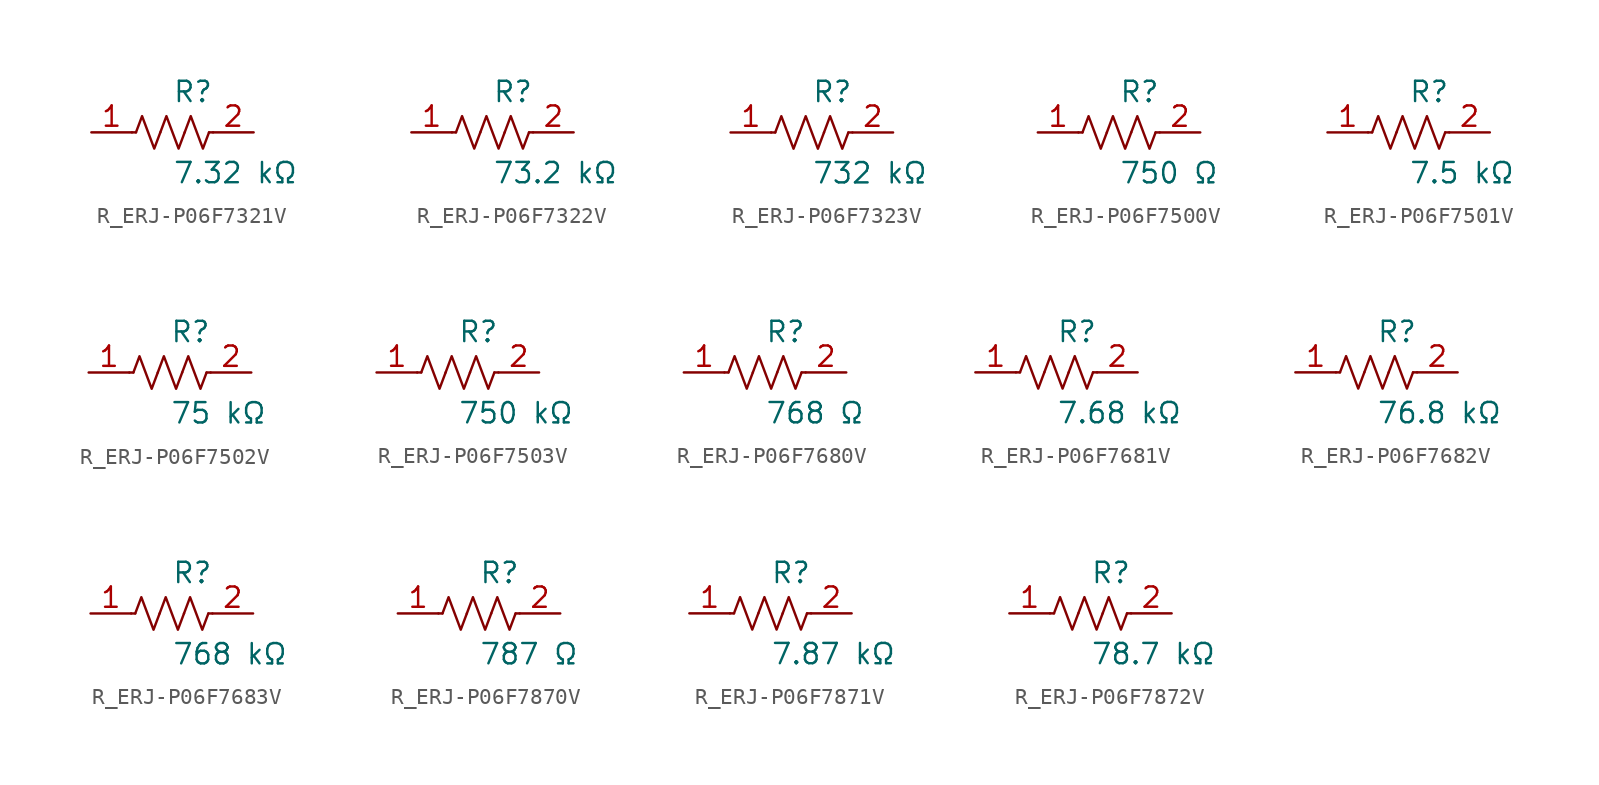
<source format=kicad_sym>
(kicad_symbol_lib
  (version 20231120)
  (generator kicad_symbol_editor)
  (generator_version 8.0)
  (symbol "R_ERJ-P06F7321V"
    (pin_names
      (offset 0.254))
    (property "Reference" "R"
      (at 0 2.54 0)
      (effects (font (size 1.27 1.27)) (justify left)))
    (property "Value" "7.32 kΩ"
      (at 0 -2.54 0)
      (effects (font (size 1.27 1.27)) (justify left)))
    (symbol "R_ERJ-P06F7321V_0_1"
      (polyline (pts (xy 2.286 0) (xy 2.54 0)) (stroke (width 0) (type default)) (fill (type none)))
      (polyline (pts (xy -2.286 0) (xy -2.54 0)) (stroke (width 0) (type default)) (fill (type none)))
      (polyline (pts (xy 0.762 0) (xy 1.143 1.016) (xy 1.524 0) (xy 1.905 -1.016) (xy 2.286 0)) (stroke (width 0) (type default)) (fill (type none)))
      (polyline (pts (xy -0.762 0) (xy -0.381 1.016) (xy 0 0) (xy 0.381 -1.016) (xy 0.762 0)) (stroke (width 0) (type default)) (fill (type none)))
      (polyline (pts (xy -2.286 0) (xy -1.905 1.016) (xy -1.524 0) (xy -1.143 -1.016) (xy -0.762 0)) (stroke (width 0) (type default)) (fill (type none))))
    (pin passive line
      (at -5.08 0 0)
      (length 2.54)
      (name "" (effects (font (size 1.27 1.27))))
      (number "1" (effects (font (size 1.27 1.27)))))
    (pin passive line
      (at 5.08 0 180)
      (length 2.54)
      (name "" (effects (font (size 1.27 1.27))))
      (number "2" (effects (font (size 1.27 1.27))))))
  (symbol "R_ERJ-P06F7322V"
    (pin_names
      (offset 0.254))
    (property "Reference" "R"
      (at 0 2.54 0)
      (effects (font (size 1.27 1.27)) (justify left)))
    (property "Value" "73.2 kΩ"
      (at 0 -2.54 0)
      (effects (font (size 1.27 1.27)) (justify left)))
    (symbol "R_ERJ-P06F7322V_0_1"
      (polyline (pts (xy 2.286 0) (xy 2.54 0)) (stroke (width 0) (type default)) (fill (type none)))
      (polyline (pts (xy -2.286 0) (xy -2.54 0)) (stroke (width 0) (type default)) (fill (type none)))
      (polyline (pts (xy 0.762 0) (xy 1.143 1.016) (xy 1.524 0) (xy 1.905 -1.016) (xy 2.286 0)) (stroke (width 0) (type default)) (fill (type none)))
      (polyline (pts (xy -0.762 0) (xy -0.381 1.016) (xy 0 0) (xy 0.381 -1.016) (xy 0.762 0)) (stroke (width 0) (type default)) (fill (type none)))
      (polyline (pts (xy -2.286 0) (xy -1.905 1.016) (xy -1.524 0) (xy -1.143 -1.016) (xy -0.762 0)) (stroke (width 0) (type default)) (fill (type none))))
    (pin passive line
      (at -5.08 0 0)
      (length 2.54)
      (name "" (effects (font (size 1.27 1.27))))
      (number "1" (effects (font (size 1.27 1.27)))))
    (pin passive line
      (at 5.08 0 180)
      (length 2.54)
      (name "" (effects (font (size 1.27 1.27))))
      (number "2" (effects (font (size 1.27 1.27))))))
  (symbol "R_ERJ-P06F7323V"
    (pin_names
      (offset 0.254))
    (property "Reference" "R"
      (at 0 2.54 0)
      (effects (font (size 1.27 1.27)) (justify left)))
    (property "Value" "732 kΩ"
      (at 0 -2.54 0)
      (effects (font (size 1.27 1.27)) (justify left)))
    (symbol "R_ERJ-P06F7323V_0_1"
      (polyline (pts (xy 2.286 0) (xy 2.54 0)) (stroke (width 0) (type default)) (fill (type none)))
      (polyline (pts (xy -2.286 0) (xy -2.54 0)) (stroke (width 0) (type default)) (fill (type none)))
      (polyline (pts (xy 0.762 0) (xy 1.143 1.016) (xy 1.524 0) (xy 1.905 -1.016) (xy 2.286 0)) (stroke (width 0) (type default)) (fill (type none)))
      (polyline (pts (xy -0.762 0) (xy -0.381 1.016) (xy 0 0) (xy 0.381 -1.016) (xy 0.762 0)) (stroke (width 0) (type default)) (fill (type none)))
      (polyline (pts (xy -2.286 0) (xy -1.905 1.016) (xy -1.524 0) (xy -1.143 -1.016) (xy -0.762 0)) (stroke (width 0) (type default)) (fill (type none))))
    (pin passive line
      (at -5.08 0 0)
      (length 2.54)
      (name "" (effects (font (size 1.27 1.27))))
      (number "1" (effects (font (size 1.27 1.27)))))
    (pin passive line
      (at 5.08 0 180)
      (length 2.54)
      (name "" (effects (font (size 1.27 1.27))))
      (number "2" (effects (font (size 1.27 1.27))))))
  (symbol "R_ERJ-P06F7500V"
    (pin_names
      (offset 0.254))
    (property "Reference" "R"
      (at 0 2.54 0)
      (effects (font (size 1.27 1.27)) (justify left)))
    (property "Value" "750 Ω"
      (at 0 -2.54 0)
      (effects (font (size 1.27 1.27)) (justify left)))
    (symbol "R_ERJ-P06F7500V_0_1"
      (polyline (pts (xy 2.286 0) (xy 2.54 0)) (stroke (width 0) (type default)) (fill (type none)))
      (polyline (pts (xy -2.286 0) (xy -2.54 0)) (stroke (width 0) (type default)) (fill (type none)))
      (polyline (pts (xy 0.762 0) (xy 1.143 1.016) (xy 1.524 0) (xy 1.905 -1.016) (xy 2.286 0)) (stroke (width 0) (type default)) (fill (type none)))
      (polyline (pts (xy -0.762 0) (xy -0.381 1.016) (xy 0 0) (xy 0.381 -1.016) (xy 0.762 0)) (stroke (width 0) (type default)) (fill (type none)))
      (polyline (pts (xy -2.286 0) (xy -1.905 1.016) (xy -1.524 0) (xy -1.143 -1.016) (xy -0.762 0)) (stroke (width 0) (type default)) (fill (type none))))
    (pin passive line
      (at -5.08 0 0)
      (length 2.54)
      (name "" (effects (font (size 1.27 1.27))))
      (number "1" (effects (font (size 1.27 1.27)))))
    (pin passive line
      (at 5.08 0 180)
      (length 2.54)
      (name "" (effects (font (size 1.27 1.27))))
      (number "2" (effects (font (size 1.27 1.27))))))
  (symbol "R_ERJ-P06F7501V"
    (pin_names
      (offset 0.254))
    (property "Reference" "R"
      (at 0 2.54 0)
      (effects (font (size 1.27 1.27)) (justify left)))
    (property "Value" "7.5 kΩ"
      (at 0 -2.54 0)
      (effects (font (size 1.27 1.27)) (justify left)))
    (symbol "R_ERJ-P06F7501V_0_1"
      (polyline (pts (xy 2.286 0) (xy 2.54 0)) (stroke (width 0) (type default)) (fill (type none)))
      (polyline (pts (xy -2.286 0) (xy -2.54 0)) (stroke (width 0) (type default)) (fill (type none)))
      (polyline (pts (xy 0.762 0) (xy 1.143 1.016) (xy 1.524 0) (xy 1.905 -1.016) (xy 2.286 0)) (stroke (width 0) (type default)) (fill (type none)))
      (polyline (pts (xy -0.762 0) (xy -0.381 1.016) (xy 0 0) (xy 0.381 -1.016) (xy 0.762 0)) (stroke (width 0) (type default)) (fill (type none)))
      (polyline (pts (xy -2.286 0) (xy -1.905 1.016) (xy -1.524 0) (xy -1.143 -1.016) (xy -0.762 0)) (stroke (width 0) (type default)) (fill (type none))))
    (pin passive line
      (at -5.08 0 0)
      (length 2.54)
      (name "" (effects (font (size 1.27 1.27))))
      (number "1" (effects (font (size 1.27 1.27)))))
    (pin passive line
      (at 5.08 0 180)
      (length 2.54)
      (name "" (effects (font (size 1.27 1.27))))
      (number "2" (effects (font (size 1.27 1.27))))))
  (symbol "R_ERJ-P06F7502V"
    (pin_names
      (offset 0.254))
    (property "Reference" "R"
      (at 0 2.54 0)
      (effects (font (size 1.27 1.27)) (justify left)))
    (property "Value" "75 kΩ"
      (at 0 -2.54 0)
      (effects (font (size 1.27 1.27)) (justify left)))
    (symbol "R_ERJ-P06F7502V_0_1"
      (polyline (pts (xy 2.286 0) (xy 2.54 0)) (stroke (width 0) (type default)) (fill (type none)))
      (polyline (pts (xy -2.286 0) (xy -2.54 0)) (stroke (width 0) (type default)) (fill (type none)))
      (polyline (pts (xy 0.762 0) (xy 1.143 1.016) (xy 1.524 0) (xy 1.905 -1.016) (xy 2.286 0)) (stroke (width 0) (type default)) (fill (type none)))
      (polyline (pts (xy -0.762 0) (xy -0.381 1.016) (xy 0 0) (xy 0.381 -1.016) (xy 0.762 0)) (stroke (width 0) (type default)) (fill (type none)))
      (polyline (pts (xy -2.286 0) (xy -1.905 1.016) (xy -1.524 0) (xy -1.143 -1.016) (xy -0.762 0)) (stroke (width 0) (type default)) (fill (type none))))
    (pin passive line
      (at -5.08 0 0)
      (length 2.54)
      (name "" (effects (font (size 1.27 1.27))))
      (number "1" (effects (font (size 1.27 1.27)))))
    (pin passive line
      (at 5.08 0 180)
      (length 2.54)
      (name "" (effects (font (size 1.27 1.27))))
      (number "2" (effects (font (size 1.27 1.27))))))
  (symbol "R_ERJ-P06F7503V"
    (pin_names
      (offset 0.254))
    (property "Reference" "R"
      (at 0 2.54 0)
      (effects (font (size 1.27 1.27)) (justify left)))
    (property "Value" "750 kΩ"
      (at 0 -2.54 0)
      (effects (font (size 1.27 1.27)) (justify left)))
    (symbol "R_ERJ-P06F7503V_0_1"
      (polyline (pts (xy 2.286 0) (xy 2.54 0)) (stroke (width 0) (type default)) (fill (type none)))
      (polyline (pts (xy -2.286 0) (xy -2.54 0)) (stroke (width 0) (type default)) (fill (type none)))
      (polyline (pts (xy 0.762 0) (xy 1.143 1.016) (xy 1.524 0) (xy 1.905 -1.016) (xy 2.286 0)) (stroke (width 0) (type default)) (fill (type none)))
      (polyline (pts (xy -0.762 0) (xy -0.381 1.016) (xy 0 0) (xy 0.381 -1.016) (xy 0.762 0)) (stroke (width 0) (type default)) (fill (type none)))
      (polyline (pts (xy -2.286 0) (xy -1.905 1.016) (xy -1.524 0) (xy -1.143 -1.016) (xy -0.762 0)) (stroke (width 0) (type default)) (fill (type none))))
    (pin passive line
      (at -5.08 0 0)
      (length 2.54)
      (name "" (effects (font (size 1.27 1.27))))
      (number "1" (effects (font (size 1.27 1.27)))))
    (pin passive line
      (at 5.08 0 180)
      (length 2.54)
      (name "" (effects (font (size 1.27 1.27))))
      (number "2" (effects (font (size 1.27 1.27))))))
  (symbol "R_ERJ-P06F7680V"
    (pin_names
      (offset 0.254))
    (property "Reference" "R"
      (at 0 2.54 0)
      (effects (font (size 1.27 1.27)) (justify left)))
    (property "Value" "768 Ω"
      (at 0 -2.54 0)
      (effects (font (size 1.27 1.27)) (justify left)))
    (symbol "R_ERJ-P06F7680V_0_1"
      (polyline (pts (xy 2.286 0) (xy 2.54 0)) (stroke (width 0) (type default)) (fill (type none)))
      (polyline (pts (xy -2.286 0) (xy -2.54 0)) (stroke (width 0) (type default)) (fill (type none)))
      (polyline (pts (xy 0.762 0) (xy 1.143 1.016) (xy 1.524 0) (xy 1.905 -1.016) (xy 2.286 0)) (stroke (width 0) (type default)) (fill (type none)))
      (polyline (pts (xy -0.762 0) (xy -0.381 1.016) (xy 0 0) (xy 0.381 -1.016) (xy 0.762 0)) (stroke (width 0) (type default)) (fill (type none)))
      (polyline (pts (xy -2.286 0) (xy -1.905 1.016) (xy -1.524 0) (xy -1.143 -1.016) (xy -0.762 0)) (stroke (width 0) (type default)) (fill (type none))))
    (pin passive line
      (at -5.08 0 0)
      (length 2.54)
      (name "" (effects (font (size 1.27 1.27))))
      (number "1" (effects (font (size 1.27 1.27)))))
    (pin passive line
      (at 5.08 0 180)
      (length 2.54)
      (name "" (effects (font (size 1.27 1.27))))
      (number "2" (effects (font (size 1.27 1.27))))))
  (symbol "R_ERJ-P06F7681V"
    (pin_names
      (offset 0.254))
    (property "Reference" "R"
      (at 0 2.54 0)
      (effects (font (size 1.27 1.27)) (justify left)))
    (property "Value" "7.68 kΩ"
      (at 0 -2.54 0)
      (effects (font (size 1.27 1.27)) (justify left)))
    (symbol "R_ERJ-P06F7681V_0_1"
      (polyline (pts (xy 2.286 0) (xy 2.54 0)) (stroke (width 0) (type default)) (fill (type none)))
      (polyline (pts (xy -2.286 0) (xy -2.54 0)) (stroke (width 0) (type default)) (fill (type none)))
      (polyline (pts (xy 0.762 0) (xy 1.143 1.016) (xy 1.524 0) (xy 1.905 -1.016) (xy 2.286 0)) (stroke (width 0) (type default)) (fill (type none)))
      (polyline (pts (xy -0.762 0) (xy -0.381 1.016) (xy 0 0) (xy 0.381 -1.016) (xy 0.762 0)) (stroke (width 0) (type default)) (fill (type none)))
      (polyline (pts (xy -2.286 0) (xy -1.905 1.016) (xy -1.524 0) (xy -1.143 -1.016) (xy -0.762 0)) (stroke (width 0) (type default)) (fill (type none))))
    (pin passive line
      (at -5.08 0 0)
      (length 2.54)
      (name "" (effects (font (size 1.27 1.27))))
      (number "1" (effects (font (size 1.27 1.27)))))
    (pin passive line
      (at 5.08 0 180)
      (length 2.54)
      (name "" (effects (font (size 1.27 1.27))))
      (number "2" (effects (font (size 1.27 1.27))))))
  (symbol "R_ERJ-P06F7682V"
    (pin_names
      (offset 0.254))
    (property "Reference" "R"
      (at 0 2.54 0)
      (effects (font (size 1.27 1.27)) (justify left)))
    (property "Value" "76.8 kΩ"
      (at 0 -2.54 0)
      (effects (font (size 1.27 1.27)) (justify left)))
    (symbol "R_ERJ-P06F7682V_0_1"
      (polyline (pts (xy 2.286 0) (xy 2.54 0)) (stroke (width 0) (type default)) (fill (type none)))
      (polyline (pts (xy -2.286 0) (xy -2.54 0)) (stroke (width 0) (type default)) (fill (type none)))
      (polyline (pts (xy 0.762 0) (xy 1.143 1.016) (xy 1.524 0) (xy 1.905 -1.016) (xy 2.286 0)) (stroke (width 0) (type default)) (fill (type none)))
      (polyline (pts (xy -0.762 0) (xy -0.381 1.016) (xy 0 0) (xy 0.381 -1.016) (xy 0.762 0)) (stroke (width 0) (type default)) (fill (type none)))
      (polyline (pts (xy -2.286 0) (xy -1.905 1.016) (xy -1.524 0) (xy -1.143 -1.016) (xy -0.762 0)) (stroke (width 0) (type default)) (fill (type none))))
    (pin passive line
      (at -5.08 0 0)
      (length 2.54)
      (name "" (effects (font (size 1.27 1.27))))
      (number "1" (effects (font (size 1.27 1.27)))))
    (pin passive line
      (at 5.08 0 180)
      (length 2.54)
      (name "" (effects (font (size 1.27 1.27))))
      (number "2" (effects (font (size 1.27 1.27))))))
  (symbol "R_ERJ-P06F7683V"
    (pin_names
      (offset 0.254))
    (property "Reference" "R"
      (at 0 2.54 0)
      (effects (font (size 1.27 1.27)) (justify left)))
    (property "Value" "768 kΩ"
      (at 0 -2.54 0)
      (effects (font (size 1.27 1.27)) (justify left)))
    (symbol "R_ERJ-P06F7683V_0_1"
      (polyline (pts (xy 2.286 0) (xy 2.54 0)) (stroke (width 0) (type default)) (fill (type none)))
      (polyline (pts (xy -2.286 0) (xy -2.54 0)) (stroke (width 0) (type default)) (fill (type none)))
      (polyline (pts (xy 0.762 0) (xy 1.143 1.016) (xy 1.524 0) (xy 1.905 -1.016) (xy 2.286 0)) (stroke (width 0) (type default)) (fill (type none)))
      (polyline (pts (xy -0.762 0) (xy -0.381 1.016) (xy 0 0) (xy 0.381 -1.016) (xy 0.762 0)) (stroke (width 0) (type default)) (fill (type none)))
      (polyline (pts (xy -2.286 0) (xy -1.905 1.016) (xy -1.524 0) (xy -1.143 -1.016) (xy -0.762 0)) (stroke (width 0) (type default)) (fill (type none))))
    (pin passive line
      (at -5.08 0 0)
      (length 2.54)
      (name "" (effects (font (size 1.27 1.27))))
      (number "1" (effects (font (size 1.27 1.27)))))
    (pin passive line
      (at 5.08 0 180)
      (length 2.54)
      (name "" (effects (font (size 1.27 1.27))))
      (number "2" (effects (font (size 1.27 1.27))))))
  (symbol "R_ERJ-P06F7870V"
    (pin_names
      (offset 0.254))
    (property "Reference" "R"
      (at 0 2.54 0)
      (effects (font (size 1.27 1.27)) (justify left)))
    (property "Value" "787 Ω"
      (at 0 -2.54 0)
      (effects (font (size 1.27 1.27)) (justify left)))
    (symbol "R_ERJ-P06F7870V_0_1"
      (polyline (pts (xy 2.286 0) (xy 2.54 0)) (stroke (width 0) (type default)) (fill (type none)))
      (polyline (pts (xy -2.286 0) (xy -2.54 0)) (stroke (width 0) (type default)) (fill (type none)))
      (polyline (pts (xy 0.762 0) (xy 1.143 1.016) (xy 1.524 0) (xy 1.905 -1.016) (xy 2.286 0)) (stroke (width 0) (type default)) (fill (type none)))
      (polyline (pts (xy -0.762 0) (xy -0.381 1.016) (xy 0 0) (xy 0.381 -1.016) (xy 0.762 0)) (stroke (width 0) (type default)) (fill (type none)))
      (polyline (pts (xy -2.286 0) (xy -1.905 1.016) (xy -1.524 0) (xy -1.143 -1.016) (xy -0.762 0)) (stroke (width 0) (type default)) (fill (type none))))
    (pin passive line
      (at -5.08 0 0)
      (length 2.54)
      (name "" (effects (font (size 1.27 1.27))))
      (number "1" (effects (font (size 1.27 1.27)))))
    (pin passive line
      (at 5.08 0 180)
      (length 2.54)
      (name "" (effects (font (size 1.27 1.27))))
      (number "2" (effects (font (size 1.27 1.27))))))
  (symbol "R_ERJ-P06F7871V"
    (pin_names
      (offset 0.254))
    (property "Reference" "R"
      (at 0 2.54 0)
      (effects (font (size 1.27 1.27)) (justify left)))
    (property "Value" "7.87 kΩ"
      (at 0 -2.54 0)
      (effects (font (size 1.27 1.27)) (justify left)))
    (symbol "R_ERJ-P06F7871V_0_1"
      (polyline (pts (xy 2.286 0) (xy 2.54 0)) (stroke (width 0) (type default)) (fill (type none)))
      (polyline (pts (xy -2.286 0) (xy -2.54 0)) (stroke (width 0) (type default)) (fill (type none)))
      (polyline (pts (xy 0.762 0) (xy 1.143 1.016) (xy 1.524 0) (xy 1.905 -1.016) (xy 2.286 0)) (stroke (width 0) (type default)) (fill (type none)))
      (polyline (pts (xy -0.762 0) (xy -0.381 1.016) (xy 0 0) (xy 0.381 -1.016) (xy 0.762 0)) (stroke (width 0) (type default)) (fill (type none)))
      (polyline (pts (xy -2.286 0) (xy -1.905 1.016) (xy -1.524 0) (xy -1.143 -1.016) (xy -0.762 0)) (stroke (width 0) (type default)) (fill (type none))))
    (pin passive line
      (at -5.08 0 0)
      (length 2.54)
      (name "" (effects (font (size 1.27 1.27))))
      (number "1" (effects (font (size 1.27 1.27)))))
    (pin passive line
      (at 5.08 0 180)
      (length 2.54)
      (name "" (effects (font (size 1.27 1.27))))
      (number "2" (effects (font (size 1.27 1.27))))))
  (symbol "R_ERJ-P06F7872V"
    (pin_names
      (offset 0.254))
    (property "Reference" "R"
      (at 0 2.54 0)
      (effects (font (size 1.27 1.27)) (justify left)))
    (property "Value" "78.7 kΩ"
      (at 0 -2.54 0)
      (effects (font (size 1.27 1.27)) (justify left)))
    (symbol "R_ERJ-P06F7872V_0_1"
      (polyline (pts (xy 2.286 0) (xy 2.54 0)) (stroke (width 0) (type default)) (fill (type none)))
      (polyline (pts (xy -2.286 0) (xy -2.54 0)) (stroke (width 0) (type default)) (fill (type none)))
      (polyline (pts (xy 0.762 0) (xy 1.143 1.016) (xy 1.524 0) (xy 1.905 -1.016) (xy 2.286 0)) (stroke (width 0) (type default)) (fill (type none)))
      (polyline (pts (xy -0.762 0) (xy -0.381 1.016) (xy 0 0) (xy 0.381 -1.016) (xy 0.762 0)) (stroke (width 0) (type default)) (fill (type none)))
      (polyline (pts (xy -2.286 0) (xy -1.905 1.016) (xy -1.524 0) (xy -1.143 -1.016) (xy -0.762 0)) (stroke (width 0) (type default)) (fill (type none))))
    (pin passive line
      (at -5.08 0 0)
      (length 2.54)
      (name "" (effects (font (size 1.27 1.27))))
      (number "1" (effects (font (size 1.27 1.27)))))
    (pin passive line
      (at 5.08 0 180)
      (length 2.54)
      (name "" (effects (font (size 1.27 1.27))))
      (number "2" (effects (font (size 1.27 1.27)))))))
</source>
